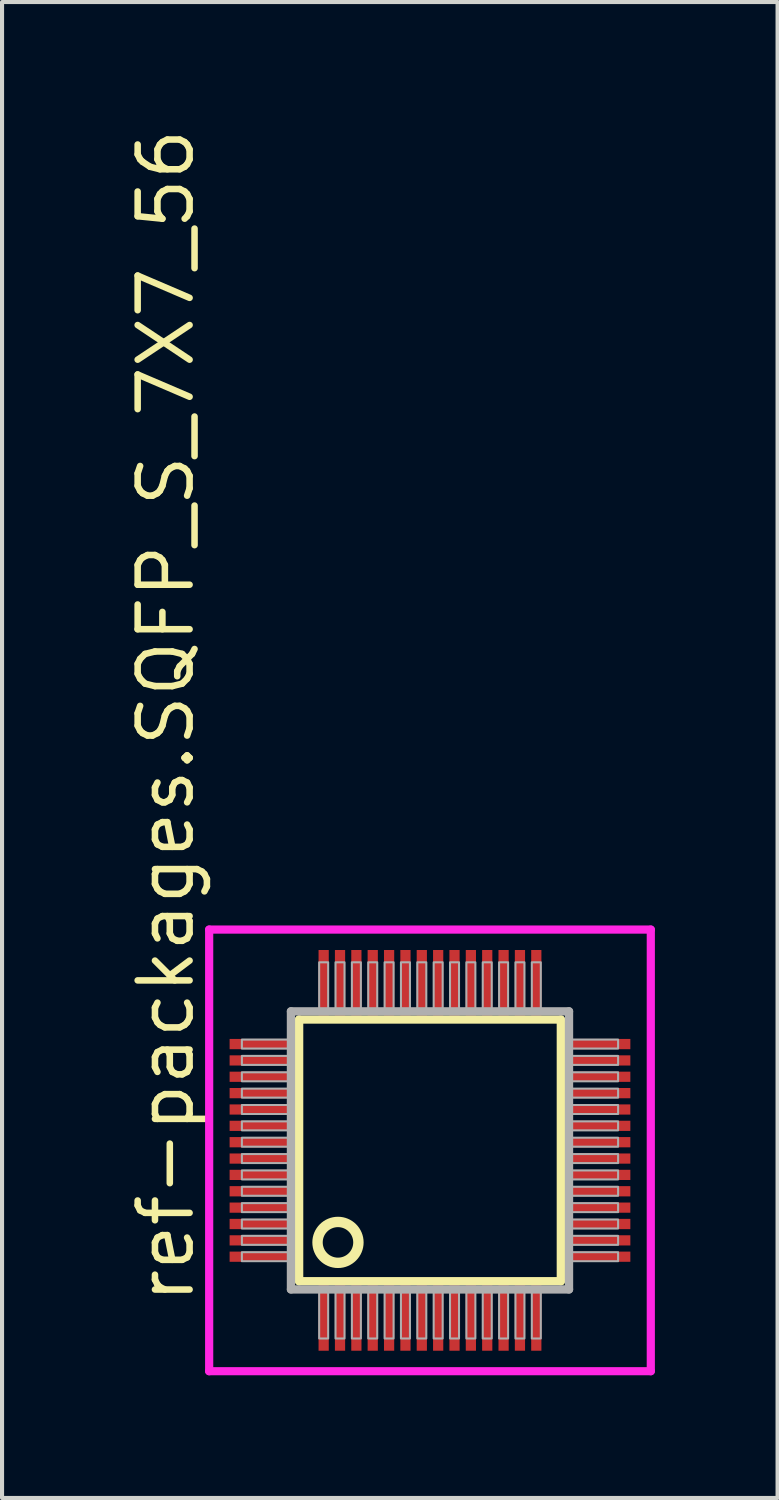
<source format=kicad_pcb>
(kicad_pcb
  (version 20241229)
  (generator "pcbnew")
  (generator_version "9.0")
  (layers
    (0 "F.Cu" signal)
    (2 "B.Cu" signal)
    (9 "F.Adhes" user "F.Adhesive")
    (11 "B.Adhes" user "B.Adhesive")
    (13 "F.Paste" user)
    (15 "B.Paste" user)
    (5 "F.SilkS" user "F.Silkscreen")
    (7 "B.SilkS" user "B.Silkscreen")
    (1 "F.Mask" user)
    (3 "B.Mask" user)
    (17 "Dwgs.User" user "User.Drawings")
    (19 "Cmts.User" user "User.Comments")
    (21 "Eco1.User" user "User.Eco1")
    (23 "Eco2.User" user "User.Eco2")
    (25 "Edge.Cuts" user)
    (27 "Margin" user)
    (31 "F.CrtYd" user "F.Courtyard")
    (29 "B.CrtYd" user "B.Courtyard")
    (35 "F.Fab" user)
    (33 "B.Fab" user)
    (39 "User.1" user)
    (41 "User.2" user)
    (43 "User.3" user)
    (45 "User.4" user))
  (footprint "ref-packages.SQFP_S_7X7_56"
    (layer "F.Cu")
    (at 7.465 25.082)
    (property "Reference" "ref-packages.SQFP_S_7X7_56" (at -5.715 3.81 90) (layer "F.SilkS") (effects (font (size 1.27 1.27) (thickness 0.16)) (justify left bottom)))
    (attr smd)
    (fp_line (start -3.2 -3.2) (end 3.2 -3.2) (stroke (width 0.203) (type default)) (layer "F.SilkS"))
    (fp_line (start -3.2 3.2) (end -3.2 -3.2) (stroke (width 0.203) (type default)) (layer "F.SilkS"))
    (fp_line (start 3.2 -3.2) (end 3.2 3.2) (stroke (width 0.203) (type default)) (layer "F.SilkS"))
    (fp_line (start 3.2 3.2) (end -3.2 3.2) (stroke (width 0.203) (type default)) (layer "F.SilkS"))
    (fp_circle (center -2.25 2.25) (end -1.75 2.25) (stroke (width 0.254) (type default)) (fill no) (layer "F.SilkS"))
    (fp_line (start -5.4 -5.4) (end 5.4 -5.4) (stroke (width 0.2) (type default)) (layer "F.CrtYd"))
    (fp_line (start -5.4 5.4) (end -5.4 -5.4) (stroke (width 0.2) (type default)) (layer "F.CrtYd"))
    (fp_line (start 5.4 -5.4) (end 5.4 5.4) (stroke (width 0.2) (type default)) (layer "F.CrtYd"))
    (fp_line (start 5.4 5.4) (end -5.4 5.4) (stroke (width 0.2) (type default)) (layer "F.CrtYd"))
    (fp_line (start -3.4 -3.4) (end -3.4 3.4) (stroke (width 0.203) (type default)) (layer "F.Fab"))
    (fp_line (start -3.4 3.4) (end 3.4 3.4) (stroke (width 0.203) (type default)) (layer "F.Fab"))
    (fp_line (start 3.4 -3.4) (end -3.4 -3.4) (stroke (width 0.203) (type default)) (layer "F.Fab"))
    (fp_line (start 3.4 3.4) (end 3.4 -3.4) (stroke (width 0.203) (type default)) (layer "F.Fab"))
    (fp_rect (start -4.6 -2.49) (end -3.45 -2.71) (stroke (width 0.05) (type default)) (fill no) (layer "F.Fab"))
    (fp_rect (start -4.6 -2.09) (end -3.45 -2.31) (stroke (width 0.05) (type default)) (fill no) (layer "F.Fab"))
    (fp_rect (start -4.6 -1.69) (end -3.45 -1.91) (stroke (width 0.05) (type default)) (fill no) (layer "F.Fab"))
    (fp_rect (start -4.6 -1.29) (end -3.45 -1.51) (stroke (width 0.05) (type default)) (fill no) (layer "F.Fab"))
    (fp_rect (start -4.6 -0.89) (end -3.45 -1.11) (stroke (width 0.05) (type default)) (fill no) (layer "F.Fab"))
    (fp_rect (start -4.6 -0.49) (end -3.45 -0.71) (stroke (width 0.05) (type default)) (fill no) (layer "F.Fab"))
    (fp_rect (start -4.6 -0.09) (end -3.45 -0.31) (stroke (width 0.05) (type default)) (fill no) (layer "F.Fab"))
    (fp_rect (start -4.6 0.31) (end -3.45 0.09) (stroke (width 0.05) (type default)) (fill no) (layer "F.Fab"))
    (fp_rect (start -4.6 0.71) (end -3.45 0.49) (stroke (width 0.05) (type default)) (fill no) (layer "F.Fab"))
    (fp_rect (start -4.6 1.11) (end -3.45 0.89) (stroke (width 0.05) (type default)) (fill no) (layer "F.Fab"))
    (fp_rect (start -4.6 1.51) (end -3.45 1.29) (stroke (width 0.05) (type default)) (fill no) (layer "F.Fab"))
    (fp_rect (start -4.6 1.91) (end -3.45 1.69) (stroke (width 0.05) (type default)) (fill no) (layer "F.Fab"))
    (fp_rect (start -4.6 2.31) (end -3.45 2.09) (stroke (width 0.05) (type default)) (fill no) (layer "F.Fab"))
    (fp_rect (start -4.6 2.71) (end -3.45 2.49) (stroke (width 0.05) (type default)) (fill no) (layer "F.Fab"))
    (fp_rect (start -2.71 -3.45) (end -2.49 -4.6) (stroke (width 0.05) (type default)) (fill no) (layer "F.Fab"))
    (fp_rect (start -2.71 4.6) (end -2.49 3.45) (stroke (width 0.05) (type default)) (fill no) (layer "F.Fab"))
    (fp_rect (start -2.31 -3.45) (end -2.09 -4.6) (stroke (width 0.05) (type default)) (fill no) (layer "F.Fab"))
    (fp_rect (start -2.31 4.6) (end -2.09 3.45) (stroke (width 0.05) (type default)) (fill no) (layer "F.Fab"))
    (fp_rect (start -1.91 -3.45) (end -1.69 -4.6) (stroke (width 0.05) (type default)) (fill no) (layer "F.Fab"))
    (fp_rect (start -1.91 4.6) (end -1.69 3.45) (stroke (width 0.05) (type default)) (fill no) (layer "F.Fab"))
    (fp_rect (start -1.51 -3.45) (end -1.29 -4.6) (stroke (width 0.05) (type default)) (fill no) (layer "F.Fab"))
    (fp_rect (start -1.51 4.6) (end -1.29 3.45) (stroke (width 0.05) (type default)) (fill no) (layer "F.Fab"))
    (fp_rect (start -1.11 -3.45) (end -0.89 -4.6) (stroke (width 0.05) (type default)) (fill no) (layer "F.Fab"))
    (fp_rect (start -1.11 4.6) (end -0.89 3.45) (stroke (width 0.05) (type default)) (fill no) (layer "F.Fab"))
    (fp_rect (start -0.71 -3.45) (end -0.49 -4.6) (stroke (width 0.05) (type default)) (fill no) (layer "F.Fab"))
    (fp_rect (start -0.71 4.6) (end -0.49 3.45) (stroke (width 0.05) (type default)) (fill no) (layer "F.Fab"))
    (fp_rect (start -0.31 -3.45) (end -0.09 -4.6) (stroke (width 0.05) (type default)) (fill no) (layer "F.Fab"))
    (fp_rect (start -0.31 4.6) (end -0.09 3.45) (stroke (width 0.05) (type default)) (fill no) (layer "F.Fab"))
    (fp_rect (start 0.09 -3.45) (end 0.31 -4.6) (stroke (width 0.05) (type default)) (fill no) (layer "F.Fab"))
    (fp_rect (start 0.09 4.6) (end 0.31 3.45) (stroke (width 0.05) (type default)) (fill no) (layer "F.Fab"))
    (fp_rect (start 0.49 -3.45) (end 0.71 -4.6) (stroke (width 0.05) (type default)) (fill no) (layer "F.Fab"))
    (fp_rect (start 0.49 4.6) (end 0.71 3.45) (stroke (width 0.05) (type default)) (fill no) (layer "F.Fab"))
    (fp_rect (start 0.89 -3.45) (end 1.11 -4.6) (stroke (width 0.05) (type default)) (fill no) (layer "F.Fab"))
    (fp_rect (start 0.89 4.6) (end 1.11 3.45) (stroke (width 0.05) (type default)) (fill no) (layer "F.Fab"))
    (fp_rect (start 1.29 -3.45) (end 1.51 -4.6) (stroke (width 0.05) (type default)) (fill no) (layer "F.Fab"))
    (fp_rect (start 1.29 4.6) (end 1.51 3.45) (stroke (width 0.05) (type default)) (fill no) (layer "F.Fab"))
    (fp_rect (start 1.69 -3.45) (end 1.91 -4.6) (stroke (width 0.05) (type default)) (fill no) (layer "F.Fab"))
    (fp_rect (start 1.69 4.6) (end 1.91 3.45) (stroke (width 0.05) (type default)) (fill no) (layer "F.Fab"))
    (fp_rect (start 2.09 -3.45) (end 2.31 -4.6) (stroke (width 0.05) (type default)) (fill no) (layer "F.Fab"))
    (fp_rect (start 2.09 4.6) (end 2.31 3.45) (stroke (width 0.05) (type default)) (fill no) (layer "F.Fab"))
    (fp_rect (start 2.49 -3.45) (end 2.71 -4.6) (stroke (width 0.05) (type default)) (fill no) (layer "F.Fab"))
    (fp_rect (start 2.49 4.6) (end 2.71 3.45) (stroke (width 0.05) (type default)) (fill no) (layer "F.Fab"))
    (fp_rect (start 3.45 -2.49) (end 4.6 -2.71) (stroke (width 0.05) (type default)) (fill no) (layer "F.Fab"))
    (fp_rect (start 3.45 -2.09) (end 4.6 -2.31) (stroke (width 0.05) (type default)) (fill no) (layer "F.Fab"))
    (fp_rect (start 3.45 -1.69) (end 4.6 -1.91) (stroke (width 0.05) (type default)) (fill no) (layer "F.Fab"))
    (fp_rect (start 3.45 -1.29) (end 4.6 -1.51) (stroke (width 0.05) (type default)) (fill no) (layer "F.Fab"))
    (fp_rect (start 3.45 -0.89) (end 4.6 -1.11) (stroke (width 0.05) (type default)) (fill no) (layer "F.Fab"))
    (fp_rect (start 3.45 -0.49) (end 4.6 -0.71) (stroke (width 0.05) (type default)) (fill no) (layer "F.Fab"))
    (fp_rect (start 3.45 -0.09) (end 4.6 -0.31) (stroke (width 0.05) (type default)) (fill no) (layer "F.Fab"))
    (fp_rect (start 3.45 0.31) (end 4.6 0.09) (stroke (width 0.05) (type default)) (fill no) (layer "F.Fab"))
    (fp_rect (start 3.45 0.71) (end 4.6 0.49) (stroke (width 0.05) (type default)) (fill no) (layer "F.Fab"))
    (fp_rect (start 3.45 1.11) (end 4.6 0.89) (stroke (width 0.05) (type default)) (fill no) (layer "F.Fab"))
    (fp_rect (start 3.45 1.51) (end 4.6 1.29) (stroke (width 0.05) (type default)) (fill no) (layer "F.Fab"))
    (fp_rect (start 3.45 1.91) (end 4.6 1.69) (stroke (width 0.05) (type default)) (fill no) (layer "F.Fab"))
    (fp_rect (start 3.45 2.31) (end 4.6 2.09) (stroke (width 0.05) (type default)) (fill no) (layer "F.Fab"))
    (fp_rect (start 3.45 2.71) (end 4.6 2.49) (stroke (width 0.05) (type default)) (fill no) (layer "F.Fab"))
    (pad "1" smd roundrect (at -2.6 4.1) (size 0.25 1.6) (layers "F.Cu" "F.Mask" "F.Paste") (roundrect_rratio 0.01))
    (pad "2" smd roundrect (at -2.2 4.1) (size 0.25 1.6) (layers "F.Cu" "F.Mask" "F.Paste") (roundrect_rratio 0.01))
    (pad "3" smd roundrect (at -1.8 4.1) (size 0.25 1.6) (layers "F.Cu" "F.Mask" "F.Paste") (roundrect_rratio 0.01))
    (pad "4" smd roundrect (at -1.4 4.1) (size 0.25 1.6) (layers "F.Cu" "F.Mask" "F.Paste") (roundrect_rratio 0.01))
    (pad "5" smd roundrect (at -1 4.1) (size 0.25 1.6) (layers "F.Cu" "F.Mask" "F.Paste") (roundrect_rratio 0.01))
    (pad "6" smd roundrect (at -0.6 4.1) (size 0.25 1.6) (layers "F.Cu" "F.Mask" "F.Paste") (roundrect_rratio 0.01))
    (pad "7" smd roundrect (at -0.2 4.1) (size 0.25 1.6) (layers "F.Cu" "F.Mask" "F.Paste") (roundrect_rratio 0.01))
    (pad "8" smd roundrect (at 0.2 4.1) (size 0.25 1.6) (layers "F.Cu" "F.Mask" "F.Paste") (roundrect_rratio 0.01))
    (pad "9" smd roundrect (at 0.6 4.1) (size 0.25 1.6) (layers "F.Cu" "F.Mask" "F.Paste") (roundrect_rratio 0.01))
    (pad "10" smd roundrect (at 1 4.1) (size 0.25 1.6) (layers "F.Cu" "F.Mask" "F.Paste") (roundrect_rratio 0.01))
    (pad "11" smd roundrect (at 1.4 4.1) (size 0.25 1.6) (layers "F.Cu" "F.Mask" "F.Paste") (roundrect_rratio 0.01))
    (pad "12" smd roundrect (at 1.8 4.1) (size 0.25 1.6) (layers "F.Cu" "F.Mask" "F.Paste") (roundrect_rratio 0.01))
    (pad "13" smd roundrect (at 2.2 4.1) (size 0.25 1.6) (layers "F.Cu" "F.Mask" "F.Paste") (roundrect_rratio 0.01))
    (pad "14" smd roundrect (at 2.6 4.1) (size 0.25 1.6) (layers "F.Cu" "F.Mask" "F.Paste") (roundrect_rratio 0.01))
    (pad "15" smd roundrect (at 4.1 2.6) (size 1.6 0.25) (layers "F.Cu" "F.Mask" "F.Paste") (roundrect_rratio 0.01))
    (pad "16" smd roundrect (at 4.1 2.2) (size 1.6 0.25) (layers "F.Cu" "F.Mask" "F.Paste") (roundrect_rratio 0.01))
    (pad "17" smd roundrect (at 4.1 1.8) (size 1.6 0.25) (layers "F.Cu" "F.Mask" "F.Paste") (roundrect_rratio 0.01))
    (pad "18" smd roundrect (at 4.1 1.4) (size 1.6 0.25) (layers "F.Cu" "F.Mask" "F.Paste") (roundrect_rratio 0.01))
    (pad "19" smd roundrect (at 4.1 1) (size 1.6 0.25) (layers "F.Cu" "F.Mask" "F.Paste") (roundrect_rratio 0.01))
    (pad "20" smd roundrect (at 4.1 0.6) (size 1.6 0.25) (layers "F.Cu" "F.Mask" "F.Paste") (roundrect_rratio 0.01))
    (pad "21" smd roundrect (at 4.1 0.2) (size 1.6 0.25) (layers "F.Cu" "F.Mask" "F.Paste") (roundrect_rratio 0.01))
    (pad "22" smd roundrect (at 4.1 -0.2) (size 1.6 0.25) (layers "F.Cu" "F.Mask" "F.Paste") (roundrect_rratio 0.01))
    (pad "23" smd roundrect (at 4.1 -0.6) (size 1.6 0.25) (layers "F.Cu" "F.Mask" "F.Paste") (roundrect_rratio 0.01))
    (pad "24" smd roundrect (at 4.1 -1) (size 1.6 0.25) (layers "F.Cu" "F.Mask" "F.Paste") (roundrect_rratio 0.01))
    (pad "25" smd roundrect (at 4.1 -1.4) (size 1.6 0.25) (layers "F.Cu" "F.Mask" "F.Paste") (roundrect_rratio 0.01))
    (pad "26" smd roundrect (at 4.1 -1.8) (size 1.6 0.25) (layers "F.Cu" "F.Mask" "F.Paste") (roundrect_rratio 0.01))
    (pad "27" smd roundrect (at 4.1 -2.2) (size 1.6 0.25) (layers "F.Cu" "F.Mask" "F.Paste") (roundrect_rratio 0.01))
    (pad "28" smd roundrect (at 4.1 -2.6) (size 1.6 0.25) (layers "F.Cu" "F.Mask" "F.Paste") (roundrect_rratio 0.01))
    (pad "29" smd roundrect (at 2.6 -4.1) (size 0.25 1.6) (layers "F.Cu" "F.Mask" "F.Paste") (roundrect_rratio 0.01))
    (pad "30" smd roundrect (at 2.2 -4.1) (size 0.25 1.6) (layers "F.Cu" "F.Mask" "F.Paste") (roundrect_rratio 0.01))
    (pad "31" smd roundrect (at 1.8 -4.1) (size 0.25 1.6) (layers "F.Cu" "F.Mask" "F.Paste") (roundrect_rratio 0.01))
    (pad "32" smd roundrect (at 1.4 -4.1) (size 0.25 1.6) (layers "F.Cu" "F.Mask" "F.Paste") (roundrect_rratio 0.01))
    (pad "33" smd roundrect (at 1 -4.1) (size 0.25 1.6) (layers "F.Cu" "F.Mask" "F.Paste") (roundrect_rratio 0.01))
    (pad "34" smd roundrect (at 0.6 -4.1) (size 0.25 1.6) (layers "F.Cu" "F.Mask" "F.Paste") (roundrect_rratio 0.01))
    (pad "35" smd roundrect (at 0.2 -4.1) (size 0.25 1.6) (layers "F.Cu" "F.Mask" "F.Paste") (roundrect_rratio 0.01))
    (pad "36" smd roundrect (at -0.2 -4.1) (size 0.25 1.6) (layers "F.Cu" "F.Mask" "F.Paste") (roundrect_rratio 0.01))
    (pad "37" smd roundrect (at -0.6 -4.1) (size 0.25 1.6) (layers "F.Cu" "F.Mask" "F.Paste") (roundrect_rratio 0.01))
    (pad "38" smd roundrect (at -1 -4.1) (size 0.25 1.6) (layers "F.Cu" "F.Mask" "F.Paste") (roundrect_rratio 0.01))
    (pad "39" smd roundrect (at -1.4 -4.1) (size 0.25 1.6) (layers "F.Cu" "F.Mask" "F.Paste") (roundrect_rratio 0.01))
    (pad "40" smd roundrect (at -1.8 -4.1) (size 0.25 1.6) (layers "F.Cu" "F.Mask" "F.Paste") (roundrect_rratio 0.01))
    (pad "41" smd roundrect (at -2.2 -4.1) (size 0.25 1.6) (layers "F.Cu" "F.Mask" "F.Paste") (roundrect_rratio 0.01))
    (pad "42" smd roundrect (at -2.6 -4.1) (size 0.25 1.6) (layers "F.Cu" "F.Mask" "F.Paste") (roundrect_rratio 0.01))
    (pad "43" smd roundrect (at -4.1 -2.6) (size 1.6 0.25) (layers "F.Cu" "F.Mask" "F.Paste") (roundrect_rratio 0.01))
    (pad "44" smd roundrect (at -4.1 -2.2) (size 1.6 0.25) (layers "F.Cu" "F.Mask" "F.Paste") (roundrect_rratio 0.01))
    (pad "45" smd roundrect (at -4.1 -1.8) (size 1.6 0.25) (layers "F.Cu" "F.Mask" "F.Paste") (roundrect_rratio 0.01))
    (pad "46" smd roundrect (at -4.1 -1.4) (size 1.6 0.25) (layers "F.Cu" "F.Mask" "F.Paste") (roundrect_rratio 0.01))
    (pad "47" smd roundrect (at -4.1 -1) (size 1.6 0.25) (layers "F.Cu" "F.Mask" "F.Paste") (roundrect_rratio 0.01))
    (pad "48" smd roundrect (at -4.1 -0.6) (size 1.6 0.25) (layers "F.Cu" "F.Mask" "F.Paste") (roundrect_rratio 0.01))
    (pad "49" smd roundrect (at -4.1 -0.2) (size 1.6 0.25) (layers "F.Cu" "F.Mask" "F.Paste") (roundrect_rratio 0.01))
    (pad "50" smd roundrect (at -4.1 0.2) (size 1.6 0.25) (layers "F.Cu" "F.Mask" "F.Paste") (roundrect_rratio 0.01))
    (pad "51" smd roundrect (at -4.1 0.6) (size 1.6 0.25) (layers "F.Cu" "F.Mask" "F.Paste") (roundrect_rratio 0.01))
    (pad "52" smd roundrect (at -4.1 1) (size 1.6 0.25) (layers "F.Cu" "F.Mask" "F.Paste") (roundrect_rratio 0.01))
    (pad "53" smd roundrect (at -4.1 1.4) (size 1.6 0.25) (layers "F.Cu" "F.Mask" "F.Paste") (roundrect_rratio 0.01))
    (pad "54" smd roundrect (at -4.1 1.8) (size 1.6 0.25) (layers "F.Cu" "F.Mask" "F.Paste") (roundrect_rratio 0.01))
    (pad "55" smd roundrect (at -4.1 2.2) (size 1.6 0.25) (layers "F.Cu" "F.Mask" "F.Paste") (roundrect_rratio 0.01))
    (pad "56" smd roundrect (at -4.1 2.6) (size 1.6 0.25) (layers "F.Cu" "F.Mask" "F.Paste") (roundrect_rratio 0.01)))
  (gr_rect
    (start -3 -3)
    (end 15.965 33.582)
    (stroke (width 0.1) (type default))
    (fill no)
    (layer "Edge.Cuts")))
</source>
